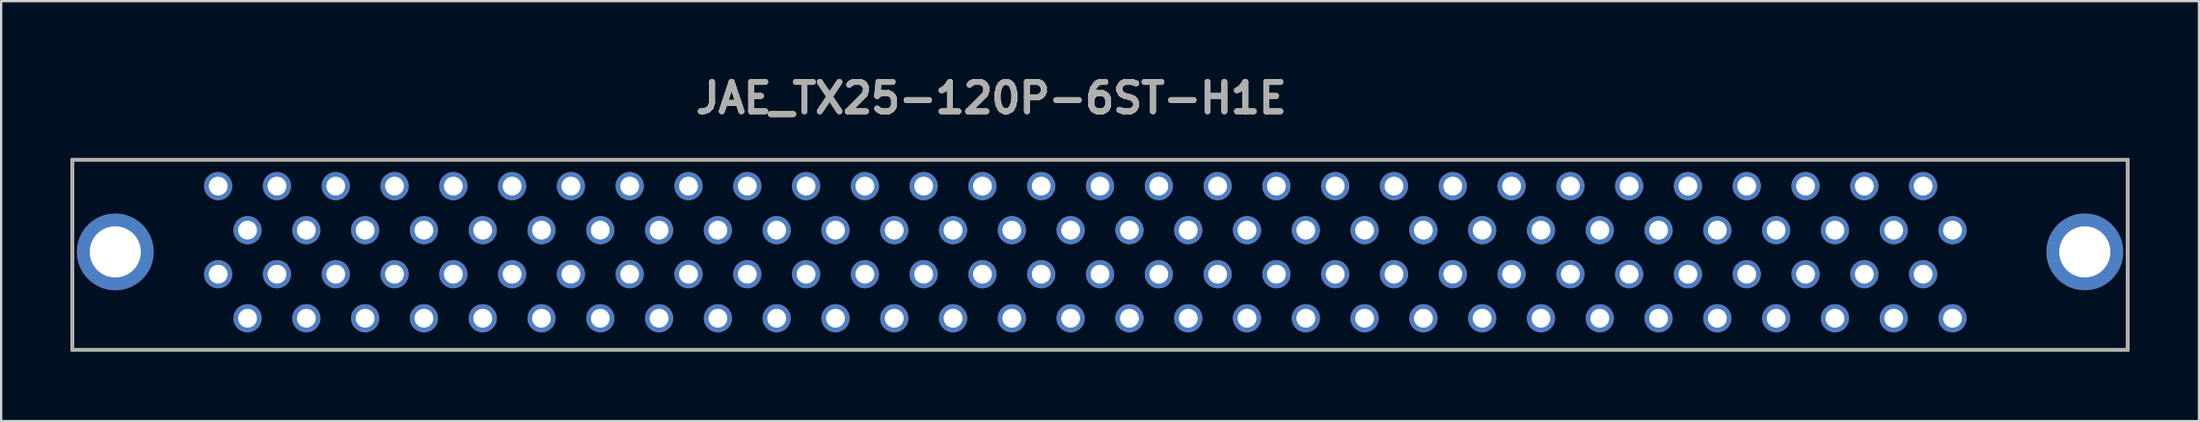
<source format=kicad_pcb>
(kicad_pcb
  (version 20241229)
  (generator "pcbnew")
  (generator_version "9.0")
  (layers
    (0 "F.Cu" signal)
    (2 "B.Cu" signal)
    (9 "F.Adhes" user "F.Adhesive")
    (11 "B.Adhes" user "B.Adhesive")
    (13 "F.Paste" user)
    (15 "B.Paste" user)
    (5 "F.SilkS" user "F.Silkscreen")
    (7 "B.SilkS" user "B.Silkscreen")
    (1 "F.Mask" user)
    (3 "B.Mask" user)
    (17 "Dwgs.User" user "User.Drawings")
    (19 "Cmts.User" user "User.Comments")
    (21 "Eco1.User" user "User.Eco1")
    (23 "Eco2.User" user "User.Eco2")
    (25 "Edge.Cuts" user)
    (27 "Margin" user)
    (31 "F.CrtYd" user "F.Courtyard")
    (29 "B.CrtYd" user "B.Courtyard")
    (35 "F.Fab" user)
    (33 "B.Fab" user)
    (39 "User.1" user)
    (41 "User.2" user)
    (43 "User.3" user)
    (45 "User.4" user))
  (footprint "JAE_TX25-120P-6ST-H1E"
    (layer "F.Cu")
    (at 44.475 3.856)
    (property "Reference" "JAE_TX25-120P-6ST-H1E" (at -4.699 -2.667 0) (layer "F.SilkS") (effects (font (size 1.27 1.27) (thickness 0.254))))
    (attr through_hole)
    (fp_line (start -44.399 0) (end -44.399 8.23) (stroke (width 0.152) (type solid)) (layer "F.SilkS"))
    (fp_line (start -44.399 8.23) (end 44.399 8.23) (stroke (width 0.152) (type solid)) (layer "F.SilkS"))
    (fp_line (start 44.399 0) (end -44.399 0) (stroke (width 0.152) (type solid)) (layer "F.SilkS"))
    (fp_line (start 44.399 8.23) (end 44.399 0) (stroke (width 0.152) (type solid)) (layer "F.SilkS"))
    (fp_line (start -44.399 0) (end -44.399 8.23) (stroke (width 0.152) (type solid)) (layer "F.Fab"))
    (fp_line (start -44.399 8.23) (end 44.399 8.23) (stroke (width 0.152) (type solid)) (layer "F.Fab"))
    (fp_line (start 44.399 0) (end -44.399 0) (stroke (width 0.152) (type solid)) (layer "F.Fab"))
    (fp_line (start 44.399 8.23) (end 44.399 0) (stroke (width 0.152) (type solid)) (layer "F.Fab"))
    (fp_text user "${REFERENCE}" (at -4.699 -2.667 0) (layer "F.Fab") (effects (font (size 1.27 1.27) (thickness 0.254))))
    (pad "1" thru_hole circle (at 36.83 6.858) (size 1.219 1.219) (drill 0.813) (layers "*.Cu" "*.Mask"))
    (pad "2" thru_hole circle (at 35.56 4.953) (size 1.219 1.219) (drill 0.813) (layers "*.Cu" "*.Mask"))
    (pad "3" thru_hole circle (at 34.29 6.858) (size 1.219 1.219) (drill 0.813) (layers "*.Cu" "*.Mask"))
    (pad "4" thru_hole circle (at 33.02 4.953) (size 1.219 1.219) (drill 0.813) (layers "*.Cu" "*.Mask"))
    (pad "5" thru_hole circle (at 31.75 6.858) (size 1.219 1.219) (drill 0.813) (layers "*.Cu" "*.Mask"))
    (pad "6" thru_hole circle (at 30.48 4.953) (size 1.219 1.219) (drill 0.813) (layers "*.Cu" "*.Mask"))
    (pad "7" thru_hole circle (at 29.21 6.858) (size 1.219 1.219) (drill 0.813) (layers "*.Cu" "*.Mask"))
    (pad "8" thru_hole circle (at 27.94 4.953) (size 1.219 1.219) (drill 0.813) (layers "*.Cu" "*.Mask"))
    (pad "9" thru_hole circle (at 26.67 6.858) (size 1.219 1.219) (drill 0.813) (layers "*.Cu" "*.Mask"))
    (pad "10" thru_hole circle (at 25.4 4.953) (size 1.219 1.219) (drill 0.813) (layers "*.Cu" "*.Mask"))
    (pad "11" thru_hole circle (at 24.13 6.858) (size 1.219 1.219) (drill 0.813) (layers "*.Cu" "*.Mask"))
    (pad "12" thru_hole circle (at 22.86 4.953) (size 1.219 1.219) (drill 0.813) (layers "*.Cu" "*.Mask"))
    (pad "13" thru_hole circle (at 21.59 6.858) (size 1.219 1.219) (drill 0.813) (layers "*.Cu" "*.Mask"))
    (pad "14" thru_hole circle (at 20.32 4.953) (size 1.219 1.219) (drill 0.813) (layers "*.Cu" "*.Mask"))
    (pad "15" thru_hole circle (at 19.05 6.858) (size 1.219 1.219) (drill 0.813) (layers "*.Cu" "*.Mask"))
    (pad "16" thru_hole circle (at 17.78 4.953) (size 1.219 1.219) (drill 0.813) (layers "*.Cu" "*.Mask"))
    (pad "17" thru_hole circle (at 16.51 6.858) (size 1.219 1.219) (drill 0.813) (layers "*.Cu" "*.Mask"))
    (pad "18" thru_hole circle (at 15.24 4.953) (size 1.219 1.219) (drill 0.813) (layers "*.Cu" "*.Mask"))
    (pad "19" thru_hole circle (at 13.97 6.858) (size 1.219 1.219) (drill 0.813) (layers "*.Cu" "*.Mask"))
    (pad "20" thru_hole circle (at 12.7 4.953) (size 1.219 1.219) (drill 0.813) (layers "*.Cu" "*.Mask"))
    (pad "21" thru_hole circle (at 11.43 6.858) (size 1.219 1.219) (drill 0.813) (layers "*.Cu" "*.Mask"))
    (pad "22" thru_hole circle (at 10.16 4.953) (size 1.219 1.219) (drill 0.813) (layers "*.Cu" "*.Mask"))
    (pad "23" thru_hole circle (at 8.89 6.858) (size 1.219 1.219) (drill 0.813) (layers "*.Cu" "*.Mask"))
    (pad "24" thru_hole circle (at 7.62 4.953) (size 1.219 1.219) (drill 0.813) (layers "*.Cu" "*.Mask"))
    (pad "25" thru_hole circle (at 6.35 6.858) (size 1.219 1.219) (drill 0.813) (layers "*.Cu" "*.Mask"))
    (pad "26" thru_hole circle (at 5.08 4.953) (size 1.219 1.219) (drill 0.813) (layers "*.Cu" "*.Mask"))
    (pad "27" thru_hole circle (at 3.81 6.858) (size 1.219 1.219) (drill 0.813) (layers "*.Cu" "*.Mask"))
    (pad "28" thru_hole circle (at 2.54 4.953) (size 1.219 1.219) (drill 0.813) (layers "*.Cu" "*.Mask"))
    (pad "29" thru_hole circle (at 1.27 6.858) (size 1.219 1.219) (drill 0.813) (layers "*.Cu" "*.Mask"))
    (pad "30" thru_hole circle (at 0 4.953) (size 1.219 1.219) (drill 0.813) (layers "*.Cu" "*.Mask"))
    (pad "31" thru_hole circle (at -1.27 6.858) (size 1.219 1.219) (drill 0.813) (layers "*.Cu" "*.Mask"))
    (pad "32" thru_hole circle (at -2.54 4.953) (size 1.219 1.219) (drill 0.813) (layers "*.Cu" "*.Mask"))
    (pad "33" thru_hole circle (at -3.81 6.858) (size 1.219 1.219) (drill 0.813) (layers "*.Cu" "*.Mask"))
    (pad "34" thru_hole circle (at -5.08 4.953) (size 1.219 1.219) (drill 0.813) (layers "*.Cu" "*.Mask"))
    (pad "35" thru_hole circle (at -6.35 6.858) (size 1.219 1.219) (drill 0.813) (layers "*.Cu" "*.Mask"))
    (pad "36" thru_hole circle (at -7.62 4.953) (size 1.219 1.219) (drill 0.813) (layers "*.Cu" "*.Mask"))
    (pad "37" thru_hole circle (at -8.89 6.858) (size 1.219 1.219) (drill 0.813) (layers "*.Cu" "*.Mask"))
    (pad "38" thru_hole circle (at -10.16 4.953) (size 1.219 1.219) (drill 0.813) (layers "*.Cu" "*.Mask"))
    (pad "39" thru_hole circle (at -11.43 6.858) (size 1.219 1.219) (drill 0.813) (layers "*.Cu" "*.Mask"))
    (pad "40" thru_hole circle (at -12.7 4.953) (size 1.219 1.219) (drill 0.813) (layers "*.Cu" "*.Mask"))
    (pad "41" thru_hole circle (at -13.97 6.858) (size 1.219 1.219) (drill 0.813) (layers "*.Cu" "*.Mask"))
    (pad "42" thru_hole circle (at -15.24 4.953) (size 1.219 1.219) (drill 0.813) (layers "*.Cu" "*.Mask"))
    (pad "43" thru_hole circle (at -16.51 6.858) (size 1.219 1.219) (drill 0.813) (layers "*.Cu" "*.Mask"))
    (pad "44" thru_hole circle (at -17.78 4.953) (size 1.219 1.219) (drill 0.813) (layers "*.Cu" "*.Mask"))
    (pad "45" thru_hole circle (at -19.05 6.858) (size 1.219 1.219) (drill 0.813) (layers "*.Cu" "*.Mask"))
    (pad "46" thru_hole circle (at -20.32 4.953) (size 1.219 1.219) (drill 0.813) (layers "*.Cu" "*.Mask"))
    (pad "47" thru_hole circle (at -21.59 6.858) (size 1.219 1.219) (drill 0.813) (layers "*.Cu" "*.Mask"))
    (pad "48" thru_hole circle (at -22.86 4.953) (size 1.219 1.219) (drill 0.813) (layers "*.Cu" "*.Mask"))
    (pad "49" thru_hole circle (at -24.13 6.858) (size 1.219 1.219) (drill 0.813) (layers "*.Cu" "*.Mask"))
    (pad "50" thru_hole circle (at -25.4 4.953) (size 1.219 1.219) (drill 0.813) (layers "*.Cu" "*.Mask"))
    (pad "51" thru_hole circle (at -26.67 6.858) (size 1.219 1.219) (drill 0.813) (layers "*.Cu" "*.Mask"))
    (pad "52" thru_hole circle (at -27.94 4.953) (size 1.219 1.219) (drill 0.813) (layers "*.Cu" "*.Mask"))
    (pad "53" thru_hole circle (at -29.21 6.858) (size 1.219 1.219) (drill 0.813) (layers "*.Cu" "*.Mask"))
    (pad "54" thru_hole circle (at -30.48 4.953) (size 1.219 1.219) (drill 0.813) (layers "*.Cu" "*.Mask"))
    (pad "55" thru_hole circle (at -31.75 6.858) (size 1.219 1.219) (drill 0.813) (layers "*.Cu" "*.Mask"))
    (pad "56" thru_hole circle (at -33.02 4.953) (size 1.219 1.219) (drill 0.813) (layers "*.Cu" "*.Mask"))
    (pad "57" thru_hole circle (at -34.29 6.858) (size 1.219 1.219) (drill 0.813) (layers "*.Cu" "*.Mask"))
    (pad "58" thru_hole circle (at -35.56 4.953) (size 1.219 1.219) (drill 0.813) (layers "*.Cu" "*.Mask"))
    (pad "59" thru_hole circle (at -36.83 6.858) (size 1.219 1.219) (drill 0.813) (layers "*.Cu" "*.Mask"))
    (pad "60" thru_hole circle (at -38.1 4.953) (size 1.219 1.219) (drill 0.813) (layers "*.Cu" "*.Mask"))
    (pad "61" thru_hole circle (at 36.83 3.048) (size 1.219 1.219) (drill 0.813) (layers "*.Cu" "*.Mask"))
    (pad "62" thru_hole circle (at 35.56 1.143) (size 1.219 1.219) (drill 0.813) (layers "*.Cu" "*.Mask"))
    (pad "63" thru_hole circle (at 34.29 3.048) (size 1.219 1.219) (drill 0.813) (layers "*.Cu" "*.Mask"))
    (pad "64" thru_hole circle (at 33.02 1.143) (size 1.219 1.219) (drill 0.813) (layers "*.Cu" "*.Mask"))
    (pad "65" thru_hole circle (at 31.75 3.048) (size 1.219 1.219) (drill 0.813) (layers "*.Cu" "*.Mask"))
    (pad "66" thru_hole circle (at 30.48 1.143) (size 1.219 1.219) (drill 0.813) (layers "*.Cu" "*.Mask"))
    (pad "67" thru_hole circle (at 29.21 3.048) (size 1.219 1.219) (drill 0.813) (layers "*.Cu" "*.Mask"))
    (pad "68" thru_hole circle (at 27.94 1.143) (size 1.219 1.219) (drill 0.813) (layers "*.Cu" "*.Mask"))
    (pad "69" thru_hole circle (at 26.67 3.048) (size 1.219 1.219) (drill 0.813) (layers "*.Cu" "*.Mask"))
    (pad "70" thru_hole circle (at 25.4 1.143) (size 1.219 1.219) (drill 0.813) (layers "*.Cu" "*.Mask"))
    (pad "71" thru_hole circle (at 24.13 3.048) (size 1.219 1.219) (drill 0.813) (layers "*.Cu" "*.Mask"))
    (pad "72" thru_hole circle (at 22.86 1.143) (size 1.219 1.219) (drill 0.813) (layers "*.Cu" "*.Mask"))
    (pad "73" thru_hole circle (at 21.59 3.048) (size 1.219 1.219) (drill 0.813) (layers "*.Cu" "*.Mask"))
    (pad "74" thru_hole circle (at 20.32 1.143) (size 1.219 1.219) (drill 0.813) (layers "*.Cu" "*.Mask"))
    (pad "75" thru_hole circle (at 19.05 3.048) (size 1.219 1.219) (drill 0.813) (layers "*.Cu" "*.Mask"))
    (pad "76" thru_hole circle (at 17.78 1.143) (size 1.219 1.219) (drill 0.813) (layers "*.Cu" "*.Mask"))
    (pad "77" thru_hole circle (at 16.51 3.048) (size 1.219 1.219) (drill 0.813) (layers "*.Cu" "*.Mask"))
    (pad "78" thru_hole circle (at 15.24 1.143) (size 1.219 1.219) (drill 0.813) (layers "*.Cu" "*.Mask"))
    (pad "79" thru_hole circle (at 13.97 3.048) (size 1.219 1.219) (drill 0.813) (layers "*.Cu" "*.Mask"))
    (pad "80" thru_hole circle (at 12.7 1.143) (size 1.219 1.219) (drill 0.813) (layers "*.Cu" "*.Mask"))
    (pad "81" thru_hole circle (at 11.43 3.048) (size 1.219 1.219) (drill 0.813) (layers "*.Cu" "*.Mask"))
    (pad "82" thru_hole circle (at 10.16 1.143) (size 1.219 1.219) (drill 0.813) (layers "*.Cu" "*.Mask"))
    (pad "83" thru_hole circle (at 8.89 3.048) (size 1.219 1.219) (drill 0.813) (layers "*.Cu" "*.Mask"))
    (pad "84" thru_hole circle (at 7.62 1.143) (size 1.219 1.219) (drill 0.813) (layers "*.Cu" "*.Mask"))
    (pad "85" thru_hole circle (at 6.35 3.048) (size 1.219 1.219) (drill 0.813) (layers "*.Cu" "*.Mask"))
    (pad "86" thru_hole circle (at 5.08 1.143) (size 1.219 1.219) (drill 0.813) (layers "*.Cu" "*.Mask"))
    (pad "87" thru_hole circle (at 3.81 3.048) (size 1.219 1.219) (drill 0.813) (layers "*.Cu" "*.Mask"))
    (pad "88" thru_hole circle (at 2.54 1.143) (size 1.219 1.219) (drill 0.813) (layers "*.Cu" "*.Mask"))
    (pad "89" thru_hole circle (at 1.27 3.048) (size 1.219 1.219) (drill 0.813) (layers "*.Cu" "*.Mask"))
    (pad "90" thru_hole circle (at 0 1.143) (size 1.219 1.219) (drill 0.813) (layers "*.Cu" "*.Mask"))
    (pad "91" thru_hole circle (at -1.27 3.048) (size 1.219 1.219) (drill 0.813) (layers "*.Cu" "*.Mask"))
    (pad "92" thru_hole circle (at -2.54 1.143) (size 1.219 1.219) (drill 0.813) (layers "*.Cu" "*.Mask"))
    (pad "93" thru_hole circle (at -3.81 3.048) (size 1.219 1.219) (drill 0.813) (layers "*.Cu" "*.Mask"))
    (pad "94" thru_hole circle (at -5.08 1.143) (size 1.219 1.219) (drill 0.813) (layers "*.Cu" "*.Mask"))
    (pad "95" thru_hole circle (at -6.35 3.048) (size 1.219 1.219) (drill 0.813) (layers "*.Cu" "*.Mask"))
    (pad "96" thru_hole circle (at -7.62 1.143) (size 1.219 1.219) (drill 0.813) (layers "*.Cu" "*.Mask"))
    (pad "97" thru_hole circle (at -8.89 3.048) (size 1.219 1.219) (drill 0.813) (layers "*.Cu" "*.Mask"))
    (pad "98" thru_hole circle (at -10.16 1.143) (size 1.219 1.219) (drill 0.813) (layers "*.Cu" "*.Mask"))
    (pad "99" thru_hole circle (at -11.43 3.048) (size 1.219 1.219) (drill 0.813) (layers "*.Cu" "*.Mask"))
    (pad "100" thru_hole circle (at -12.7 1.143) (size 1.219 1.219) (drill 0.813) (layers "*.Cu" "*.Mask"))
    (pad "101" thru_hole circle (at -13.97 3.048) (size 1.219 1.219) (drill 0.813) (layers "*.Cu" "*.Mask"))
    (pad "102" thru_hole circle (at -15.24 1.143) (size 1.219 1.219) (drill 0.813) (layers "*.Cu" "*.Mask"))
    (pad "103" thru_hole circle (at -16.51 3.048) (size 1.219 1.219) (drill 0.813) (layers "*.Cu" "*.Mask"))
    (pad "104" thru_hole circle (at -17.78 1.143) (size 1.219 1.219) (drill 0.813) (layers "*.Cu" "*.Mask"))
    (pad "105" thru_hole circle (at -19.05 3.048) (size 1.219 1.219) (drill 0.813) (layers "*.Cu" "*.Mask"))
    (pad "106" thru_hole circle (at -20.32 1.143) (size 1.219 1.219) (drill 0.813) (layers "*.Cu" "*.Mask"))
    (pad "107" thru_hole circle (at -21.59 3.048) (size 1.219 1.219) (drill 0.813) (layers "*.Cu" "*.Mask"))
    (pad "108" thru_hole circle (at -22.86 1.143) (size 1.219 1.219) (drill 0.813) (layers "*.Cu" "*.Mask"))
    (pad "109" thru_hole circle (at -24.13 3.048) (size 1.219 1.219) (drill 0.813) (layers "*.Cu" "*.Mask"))
    (pad "110" thru_hole circle (at -25.4 1.143) (size 1.219 1.219) (drill 0.813) (layers "*.Cu" "*.Mask"))
    (pad "111" thru_hole circle (at -26.67 3.048) (size 1.219 1.219) (drill 0.813) (layers "*.Cu" "*.Mask"))
    (pad "112" thru_hole circle (at -27.94 1.143) (size 1.219 1.219) (drill 0.813) (layers "*.Cu" "*.Mask"))
    (pad "113" thru_hole circle (at -29.21 3.048) (size 1.219 1.219) (drill 0.813) (layers "*.Cu" "*.Mask"))
    (pad "114" thru_hole circle (at -30.48 1.143) (size 1.219 1.219) (drill 0.813) (layers "*.Cu" "*.Mask"))
    (pad "115" thru_hole circle (at -31.75 3.048) (size 1.219 1.219) (drill 0.813) (layers "*.Cu" "*.Mask"))
    (pad "116" thru_hole circle (at -33.02 1.143) (size 1.219 1.219) (drill 0.813) (layers "*.Cu" "*.Mask"))
    (pad "117" thru_hole circle (at -34.29 3.048) (size 1.219 1.219) (drill 0.813) (layers "*.Cu" "*.Mask"))
    (pad "118" thru_hole circle (at -35.56 1.143) (size 1.219 1.219) (drill 0.813) (layers "*.Cu" "*.Mask"))
    (pad "119" thru_hole circle (at -36.83 3.048) (size 1.219 1.219) (drill 0.813) (layers "*.Cu" "*.Mask"))
    (pad "120" thru_hole circle (at -38.1 1.143) (size 1.219 1.219) (drill 0.813) (layers "*.Cu" "*.Mask"))
    (pad "121" thru_hole circle (at -42.545 3.988) (size 3.315 3.315) (drill 2.21) (layers "*.Cu" "*.Mask"))
    (pad "122" thru_hole circle (at 42.545 3.988) (size 3.315 3.315) (drill 2.21) (layers "*.Cu" "*.Mask")))
  (gr_rect
    (start -3 -3)
    (end 91.951 15.162)
    (stroke (width 0.1) (type default))
    (fill no)
    (layer "Edge.Cuts")))
</source>
